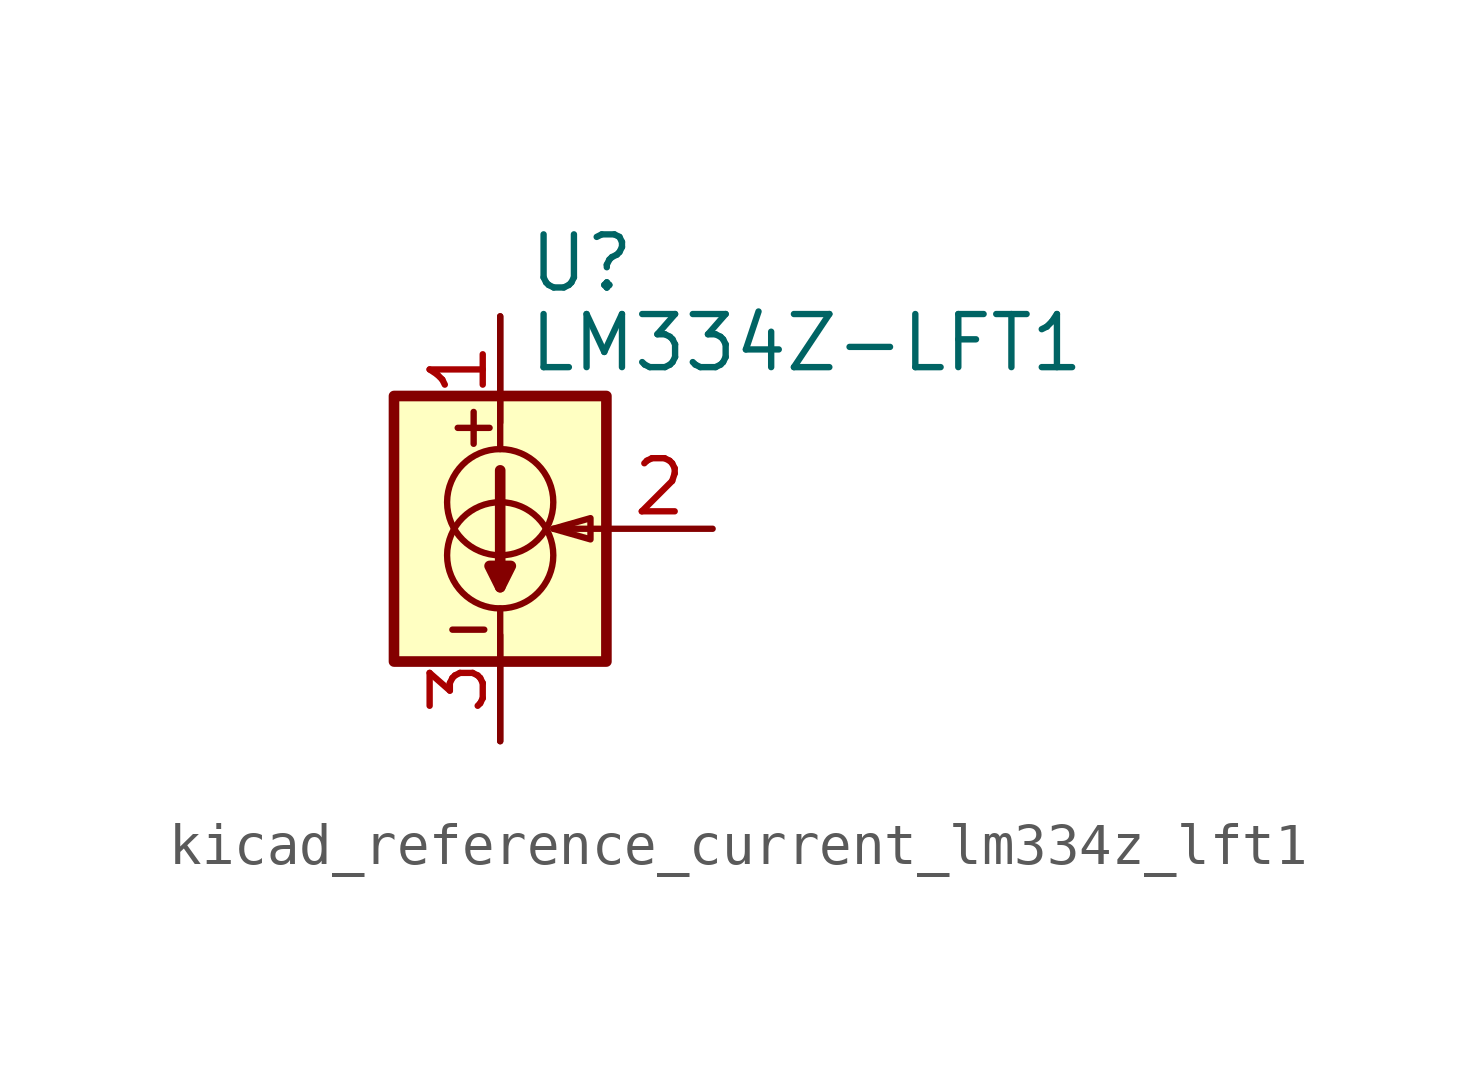
<source format=kicad_sym>
(kicad_symbol_lib
  (version 20220914)
  (generator kicad_symbol_editor)
  (symbol "kicad_reference_current_lm334z_lft1"
    (property "Reference" "U"
      (at 0.635 6.35 0)
      (effects (font (size 1.27 1.27)) (justify left)))
    (property "Value" "LM334Z-LFT1"
      (at 0.635 4.445 0)
      (effects (font (size 1.27 1.27)) (justify left)))
    (symbol "kicad_reference_current_lm334z_lft1_0_1"
      (rectangle (start -2.54 3.175) (end 2.54 -3.175) (stroke (width 0.254) (type default)) (fill (type background)))
      (circle (center 0 -0.635) (radius 1.27) (stroke (width 0) (type default)) (fill (type none)))
      (polyline (pts (xy -1.143 -2.413) (xy -0.381 -2.413)) (stroke (width 0) (type default)) (fill (type none)))
      (polyline (pts (xy -1.016 2.413) (xy -0.254 2.413)) (stroke (width 0) (type default)) (fill (type none)))
      (polyline (pts (xy -0.635 2.794) (xy -0.635 2.032)) (stroke (width 0) (type default)) (fill (type none)))
      (polyline (pts (xy 0 -1.905) (xy 0 -5.08)) (stroke (width 0) (type default)) (fill (type none)))
      (polyline (pts (xy 0 1.397) (xy 0 -1.397)) (stroke (width 0.254) (type default)) (fill (type none)))
      (polyline (pts (xy 0 5.08) (xy 0 1.905)) (stroke (width 0) (type default)) (fill (type none)))
      (polyline (pts (xy 2.54 0) (xy 1.27 0)) (stroke (width 0) (type default)) (fill (type none)))
      (polyline (pts (xy 0 -1.397) (xy -0.254 -0.889) (xy 0.254 -0.889) (xy 0 -1.397)) (stroke (width 0.254) (type default)) (fill (type none)))
      (polyline (pts (xy 1.27 0) (xy 2.159 0.254) (xy 2.159 -0.254) (xy 1.27 0)) (stroke (width 0) (type default)) (fill (type none)))
      (circle (center 0 0.635) (radius 1.27) (stroke (width 0) (type default)) (fill (type none))))
    (symbol "kicad_reference_current_lm334z_lft1_1_1"
      (pin passive line (at 0 5.08 270) (length 2.54) (name "~" (effects (font (size 1.27 1.27)))) (number "1" (effects (font (size 1.27 1.27)))))
      (pin passive line (at 5.08 0 180) (length 2.54) (name "~" (effects (font (size 1.27 1.27)))) (number "2" (effects (font (size 1.27 1.27)))))
      (pin passive line (at 0 -5.08 90) (length 2.54) (name "~" (effects (font (size 1.27 1.27)))) (number "3" (effects (font (size 1.27 1.27))))))))
</source>
